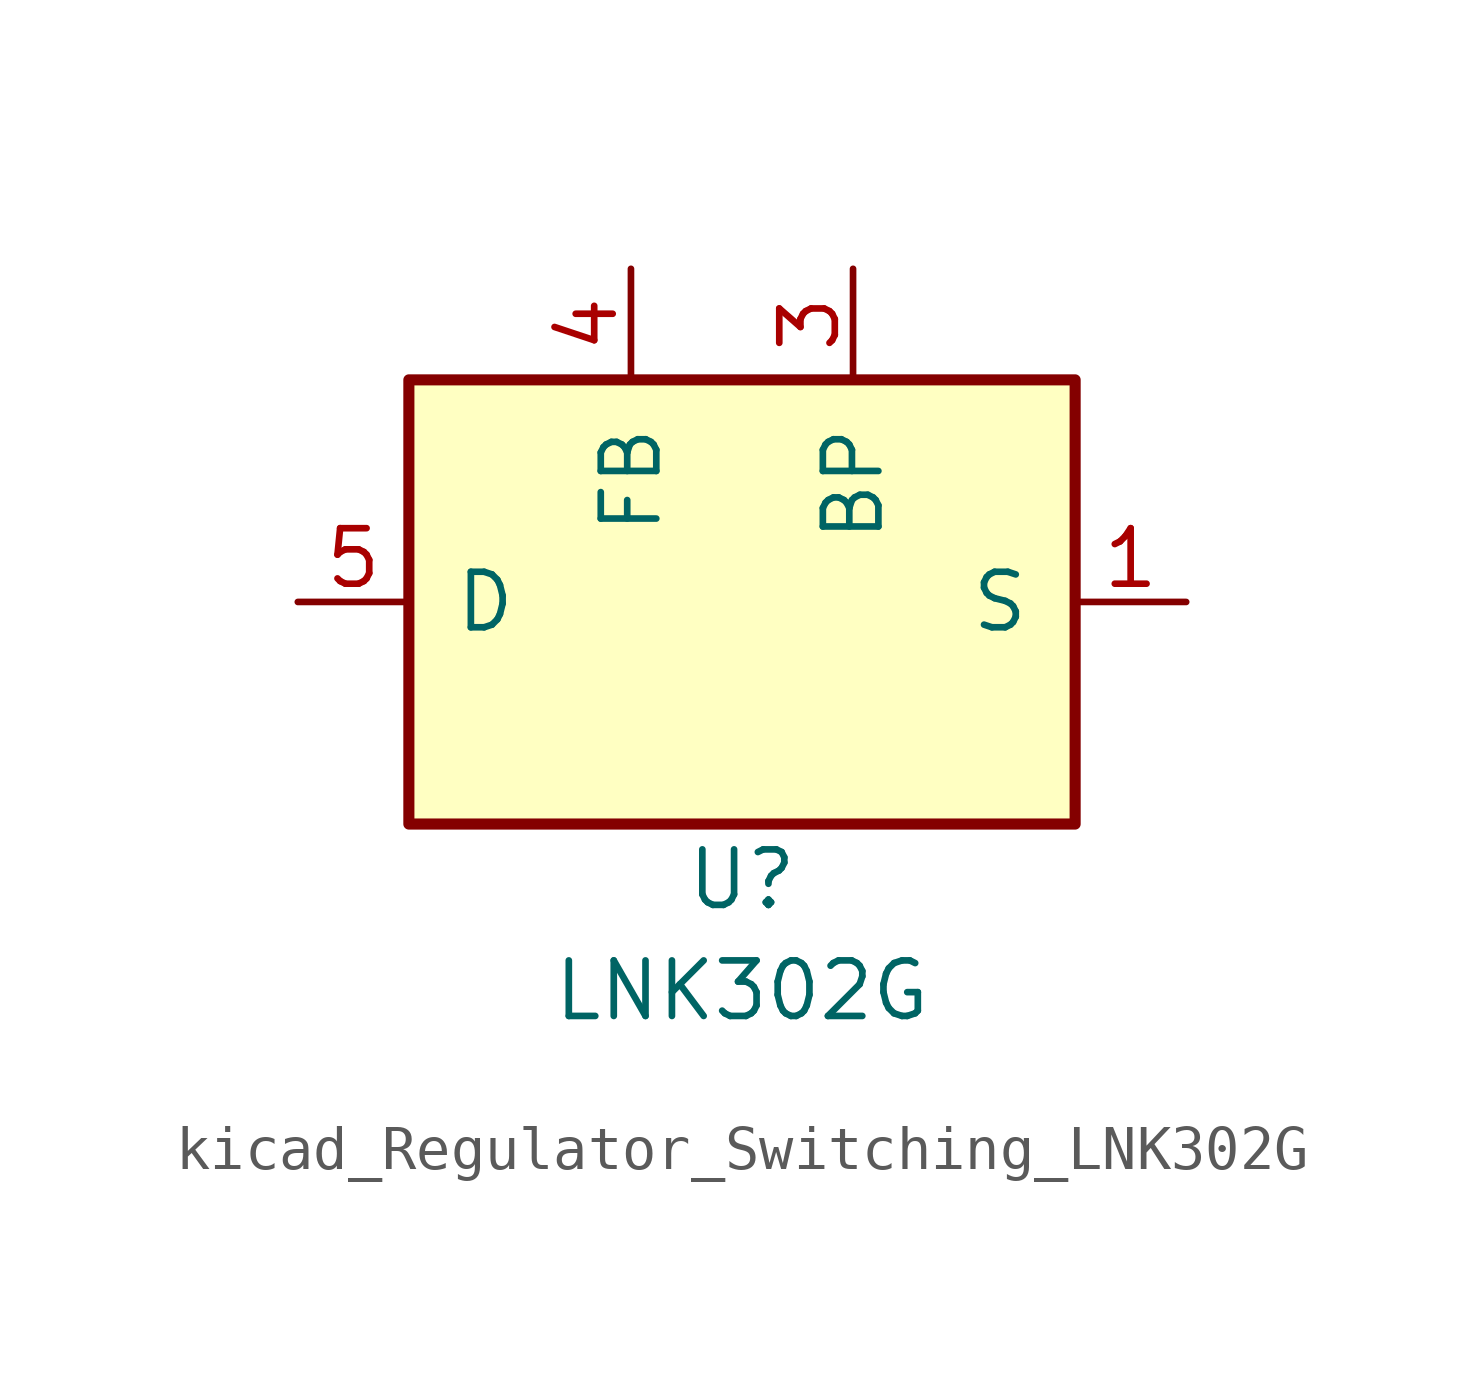
<source format=kicad_sym>
(kicad_symbol_lib
  (version 20220914)
  (generator kicad_symbol_editor)
  (symbol "kicad_Regulator_Switching_LNK302G"
    (pin_names
      (offset 1.016))
    (property "Reference" "U"
      (at 0 -6.35 0)
      (effects (font (size 1.27 1.27))))
    (property "Value" "LNK302G"
      (at 0 -8.89 0)
      (effects (font (size 1.27 1.27))))
    (symbol "kicad_Regulator_Switching_LNK302G_0_1"
      (rectangle (start -7.62 5.08) (end 7.62 -5.08) (stroke (width 0.254) (type default)) (fill (type background))))
    (symbol "kicad_Regulator_Switching_LNK302G_1_1"
      (pin power_in line (at 10.16 0 180) (length 2.54) (name "S" (effects (font (size 1.27 1.27)))) (number "1" (effects (font (size 1.27 1.27)))))
      (pin passive line (at 10.16 0 180) (length 2.54) hide (name "S" (effects (font (size 1.27 1.27)))) (number "2" (effects (font (size 1.27 1.27)))))
      (pin input line (at 2.54 7.62 270) (length 2.54) (name "BP" (effects (font (size 1.27 1.27)))) (number "3" (effects (font (size 1.27 1.27)))))
      (pin input line (at -2.54 7.62 270) (length 2.54) (name "FB" (effects (font (size 1.27 1.27)))) (number "4" (effects (font (size 1.27 1.27)))))
      (pin open_collector line (at -10.16 0 0) (length 2.54) (name "D" (effects (font (size 1.27 1.27)))) (number "5" (effects (font (size 1.27 1.27)))))
      (pin passive line (at 10.16 0 180) (length 2.54) hide (name "S" (effects (font (size 1.27 1.27)))) (number "7" (effects (font (size 1.27 1.27)))))
      (pin passive line (at 10.16 0 180) (length 2.54) hide (name "S" (effects (font (size 1.27 1.27)))) (number "8" (effects (font (size 1.27 1.27))))))))
</source>
